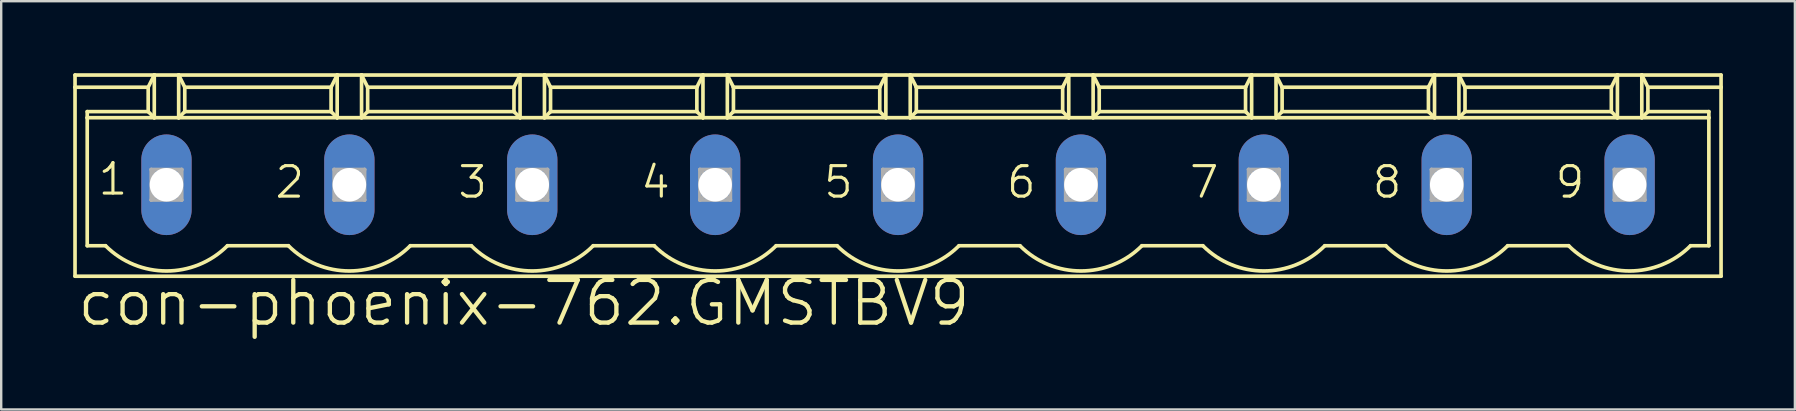
<source format=kicad_pcb>
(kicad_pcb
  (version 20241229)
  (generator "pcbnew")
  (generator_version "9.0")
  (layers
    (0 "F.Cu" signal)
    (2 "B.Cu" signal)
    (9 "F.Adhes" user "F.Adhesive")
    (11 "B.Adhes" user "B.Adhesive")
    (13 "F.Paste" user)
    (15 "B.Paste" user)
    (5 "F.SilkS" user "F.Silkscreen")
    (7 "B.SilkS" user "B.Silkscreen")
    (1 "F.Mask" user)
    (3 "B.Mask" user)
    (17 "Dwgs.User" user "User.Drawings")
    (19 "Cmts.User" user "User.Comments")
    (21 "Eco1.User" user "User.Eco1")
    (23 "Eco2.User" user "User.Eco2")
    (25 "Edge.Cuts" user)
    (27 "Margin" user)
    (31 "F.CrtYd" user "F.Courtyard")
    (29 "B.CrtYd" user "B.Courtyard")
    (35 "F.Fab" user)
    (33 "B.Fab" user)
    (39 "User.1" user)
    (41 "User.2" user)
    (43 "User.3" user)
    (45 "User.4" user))
  (footprint "con-phoenix-762.GMSTBV9"
    (layer "F.Cu")
    (at 34.366 4.648)
    (property "Reference" "con-phoenix-762.GMSTBV9" (at -34.29 5.969 0) (layer "F.SilkS") (effects (font (size 1.778 1.778) (thickness 0.18)) (justify left bottom)))
    (attr through_hole)
    (fp_line (start -34.29 -4.572) (end -30.988 -4.572) (stroke (width 0.152) (type default)) (layer "F.SilkS"))
    (fp_line (start -34.29 -4.064) (end -34.29 -4.572) (stroke (width 0.152) (type default)) (layer "F.SilkS"))
    (fp_line (start -34.29 -4.064) (end -31.242 -4.064) (stroke (width 0.152) (type default)) (layer "F.SilkS"))
    (fp_line (start -34.29 3.81) (end -34.29 -4.064) (stroke (width 0.152) (type default)) (layer "F.SilkS"))
    (fp_line (start -33.782 -3.048) (end -31.242 -3.048) (stroke (width 0.152) (type default)) (layer "F.SilkS"))
    (fp_line (start -33.782 -2.794) (end -33.782 -3.048) (stroke (width 0.152) (type default)) (layer "F.SilkS"))
    (fp_line (start -33.782 -2.794) (end -30.988 -2.794) (stroke (width 0.152) (type default)) (layer "F.SilkS"))
    (fp_line (start -33.782 2.54) (end -33.782 -2.794) (stroke (width 0.152) (type default)) (layer "F.SilkS"))
    (fp_line (start -33.02 2.54) (end -33.782 2.54) (stroke (width 0.152) (type default)) (layer "F.SilkS"))
    (fp_line (start -31.242 -4.064) (end -30.988 -4.572) (stroke (width 0.152) (type default)) (layer "F.SilkS"))
    (fp_line (start -31.242 -3.048) (end -31.242 -4.064) (stroke (width 0.152) (type default)) (layer "F.SilkS"))
    (fp_line (start -31.242 -3.048) (end -30.988 -2.794) (stroke (width 0.152) (type default)) (layer "F.SilkS"))
    (fp_line (start -30.988 -4.572) (end -29.972 -4.572) (stroke (width 0.152) (type default)) (layer "F.SilkS"))
    (fp_line (start -30.988 -2.794) (end -30.988 -4.572) (stroke (width 0.152) (type default)) (layer "F.SilkS"))
    (fp_line (start -30.988 -2.794) (end -29.972 -2.794) (stroke (width 0.152) (type default)) (layer "F.SilkS"))
    (fp_line (start -29.972 -4.572) (end -29.718 -4.064) (stroke (width 0.152) (type default)) (layer "F.SilkS"))
    (fp_line (start -29.972 -4.572) (end -23.368 -4.572) (stroke (width 0.152) (type default)) (layer "F.SilkS"))
    (fp_line (start -29.972 -2.794) (end -29.972 -4.572) (stroke (width 0.152) (type default)) (layer "F.SilkS"))
    (fp_line (start -29.972 -2.794) (end -23.368 -2.794) (stroke (width 0.152) (type default)) (layer "F.SilkS"))
    (fp_line (start -29.718 -4.064) (end -29.718 -3.048) (stroke (width 0.152) (type default)) (layer "F.SilkS"))
    (fp_line (start -29.718 -4.064) (end -23.622 -4.064) (stroke (width 0.152) (type default)) (layer "F.SilkS"))
    (fp_line (start -29.718 -3.048) (end -29.972 -2.794) (stroke (width 0.152) (type default)) (layer "F.SilkS"))
    (fp_line (start -25.4 2.54) (end -27.94 2.54) (stroke (width 0.152) (type default)) (layer "F.SilkS"))
    (fp_line (start -23.622 -4.064) (end -23.622 -3.048) (stroke (width 0.152) (type default)) (layer "F.SilkS"))
    (fp_line (start -23.622 -4.064) (end -23.368 -4.572) (stroke (width 0.152) (type default)) (layer "F.SilkS"))
    (fp_line (start -23.622 -3.048) (end -29.718 -3.048) (stroke (width 0.152) (type default)) (layer "F.SilkS"))
    (fp_line (start -23.622 -3.048) (end -23.368 -2.794) (stroke (width 0.152) (type default)) (layer "F.SilkS"))
    (fp_line (start -23.368 -4.572) (end -22.352 -4.572) (stroke (width 0.152) (type default)) (layer "F.SilkS"))
    (fp_line (start -23.368 -2.794) (end -23.368 -4.572) (stroke (width 0.152) (type default)) (layer "F.SilkS"))
    (fp_line (start -23.368 -2.794) (end -22.352 -2.794) (stroke (width 0.152) (type default)) (layer "F.SilkS"))
    (fp_line (start -22.352 -4.572) (end -22.098 -4.064) (stroke (width 0.152) (type default)) (layer "F.SilkS"))
    (fp_line (start -22.352 -4.572) (end -15.748 -4.572) (stroke (width 0.152) (type default)) (layer "F.SilkS"))
    (fp_line (start -22.352 -2.794) (end -22.352 -4.572) (stroke (width 0.152) (type default)) (layer "F.SilkS"))
    (fp_line (start -22.352 -2.794) (end -15.748 -2.794) (stroke (width 0.152) (type default)) (layer "F.SilkS"))
    (fp_line (start -22.098 -4.064) (end -22.098 -3.048) (stroke (width 0.152) (type default)) (layer "F.SilkS"))
    (fp_line (start -22.098 -4.064) (end -16.002 -4.064) (stroke (width 0.152) (type default)) (layer "F.SilkS"))
    (fp_line (start -22.098 -3.048) (end -22.352 -2.794) (stroke (width 0.152) (type default)) (layer "F.SilkS"))
    (fp_line (start -22.098 -3.048) (end -16.002 -3.048) (stroke (width 0.152) (type default)) (layer "F.SilkS"))
    (fp_line (start -17.78 2.54) (end -20.32 2.54) (stroke (width 0.152) (type default)) (layer "F.SilkS"))
    (fp_line (start -16.002 -4.064) (end -15.748 -4.572) (stroke (width 0.152) (type default)) (layer "F.SilkS"))
    (fp_line (start -16.002 -3.048) (end -16.002 -4.064) (stroke (width 0.152) (type default)) (layer "F.SilkS"))
    (fp_line (start -16.002 -3.048) (end -15.748 -2.794) (stroke (width 0.152) (type default)) (layer "F.SilkS"))
    (fp_line (start -15.748 -4.572) (end -14.732 -4.572) (stroke (width 0.152) (type default)) (layer "F.SilkS"))
    (fp_line (start -15.748 -2.794) (end -15.748 -4.572) (stroke (width 0.152) (type default)) (layer "F.SilkS"))
    (fp_line (start -15.748 -2.794) (end -14.732 -2.794) (stroke (width 0.152) (type default)) (layer "F.SilkS"))
    (fp_line (start -14.732 -4.572) (end -14.478 -4.064) (stroke (width 0.152) (type default)) (layer "F.SilkS"))
    (fp_line (start -14.732 -4.572) (end -8.128 -4.572) (stroke (width 0.152) (type default)) (layer "F.SilkS"))
    (fp_line (start -14.732 -2.794) (end -14.732 -4.572) (stroke (width 0.152) (type default)) (layer "F.SilkS"))
    (fp_line (start -14.732 -2.794) (end -8.128 -2.794) (stroke (width 0.152) (type default)) (layer "F.SilkS"))
    (fp_line (start -14.478 -4.064) (end -14.478 -3.048) (stroke (width 0.152) (type default)) (layer "F.SilkS"))
    (fp_line (start -14.478 -4.064) (end -8.382 -4.064) (stroke (width 0.152) (type default)) (layer "F.SilkS"))
    (fp_line (start -14.478 -3.048) (end -14.732 -2.794) (stroke (width 0.152) (type default)) (layer "F.SilkS"))
    (fp_line (start -10.16 2.54) (end -12.7 2.54) (stroke (width 0.152) (type default)) (layer "F.SilkS"))
    (fp_line (start -8.382 -4.064) (end -8.382 -3.048) (stroke (width 0.152) (type default)) (layer "F.SilkS"))
    (fp_line (start -8.382 -4.064) (end -8.128 -4.572) (stroke (width 0.152) (type default)) (layer "F.SilkS"))
    (fp_line (start -8.382 -3.048) (end -14.478 -3.048) (stroke (width 0.152) (type default)) (layer "F.SilkS"))
    (fp_line (start -8.382 -3.048) (end -8.128 -2.794) (stroke (width 0.152) (type default)) (layer "F.SilkS"))
    (fp_line (start -8.128 -4.572) (end -7.112 -4.572) (stroke (width 0.152) (type default)) (layer "F.SilkS"))
    (fp_line (start -8.128 -2.794) (end -8.128 -4.572) (stroke (width 0.152) (type default)) (layer "F.SilkS"))
    (fp_line (start -8.128 -2.794) (end -7.112 -2.794) (stroke (width 0.152) (type default)) (layer "F.SilkS"))
    (fp_line (start -7.112 -4.572) (end -6.858 -4.064) (stroke (width 0.152) (type default)) (layer "F.SilkS"))
    (fp_line (start -7.112 -4.572) (end -0.508 -4.572) (stroke (width 0.152) (type default)) (layer "F.SilkS"))
    (fp_line (start -7.112 -2.794) (end -7.112 -4.572) (stroke (width 0.152) (type default)) (layer "F.SilkS"))
    (fp_line (start -7.112 -2.794) (end -0.508 -2.794) (stroke (width 0.152) (type default)) (layer "F.SilkS"))
    (fp_line (start -6.858 -4.064) (end -6.858 -3.048) (stroke (width 0.152) (type default)) (layer "F.SilkS"))
    (fp_line (start -6.858 -4.064) (end -0.762 -4.064) (stroke (width 0.152) (type default)) (layer "F.SilkS"))
    (fp_line (start -6.858 -3.048) (end -7.112 -2.794) (stroke (width 0.152) (type default)) (layer "F.SilkS"))
    (fp_line (start -6.858 -3.048) (end -0.762 -3.048) (stroke (width 0.152) (type default)) (layer "F.SilkS"))
    (fp_line (start -2.54 2.54) (end -5.08 2.54) (stroke (width 0.152) (type default)) (layer "F.SilkS"))
    (fp_line (start -0.762 -4.064) (end -0.762 -3.048) (stroke (width 0.152) (type default)) (layer "F.SilkS"))
    (fp_line (start -0.762 -4.064) (end -0.508 -4.572) (stroke (width 0.152) (type default)) (layer "F.SilkS"))
    (fp_line (start -0.762 -3.048) (end -0.508 -2.794) (stroke (width 0.152) (type default)) (layer "F.SilkS"))
    (fp_line (start -0.508 -4.572) (end 0.508 -4.572) (stroke (width 0.152) (type default)) (layer "F.SilkS"))
    (fp_line (start -0.508 -2.794) (end -0.508 -4.572) (stroke (width 0.152) (type default)) (layer "F.SilkS"))
    (fp_line (start -0.508 -2.794) (end 0.508 -2.794) (stroke (width 0.152) (type default)) (layer "F.SilkS"))
    (fp_line (start 0.508 -4.572) (end 0.762 -4.064) (stroke (width 0.152) (type default)) (layer "F.SilkS"))
    (fp_line (start 0.508 -4.572) (end 7.112 -4.572) (stroke (width 0.152) (type default)) (layer "F.SilkS"))
    (fp_line (start 0.508 -2.794) (end 0.508 -4.572) (stroke (width 0.152) (type default)) (layer "F.SilkS"))
    (fp_line (start 0.508 -2.794) (end 7.112 -2.794) (stroke (width 0.152) (type default)) (layer "F.SilkS"))
    (fp_line (start 0.762 -4.064) (end 0.762 -3.048) (stroke (width 0.152) (type default)) (layer "F.SilkS"))
    (fp_line (start 0.762 -4.064) (end 6.858 -4.064) (stroke (width 0.152) (type default)) (layer "F.SilkS"))
    (fp_line (start 0.762 -3.048) (end 0.508 -2.794) (stroke (width 0.152) (type default)) (layer "F.SilkS"))
    (fp_line (start 0.762 -3.048) (end 6.858 -3.048) (stroke (width 0.152) (type default)) (layer "F.SilkS"))
    (fp_line (start 5.08 2.54) (end 2.54 2.54) (stroke (width 0.152) (type default)) (layer "F.SilkS"))
    (fp_line (start 6.858 -4.064) (end 6.858 -3.048) (stroke (width 0.152) (type default)) (layer "F.SilkS"))
    (fp_line (start 6.858 -4.064) (end 7.112 -4.572) (stroke (width 0.152) (type default)) (layer "F.SilkS"))
    (fp_line (start 6.858 -3.048) (end 7.112 -2.794) (stroke (width 0.152) (type default)) (layer "F.SilkS"))
    (fp_line (start 7.112 -4.572) (end 8.128 -4.572) (stroke (width 0.152) (type default)) (layer "F.SilkS"))
    (fp_line (start 7.112 -2.794) (end 7.112 -4.572) (stroke (width 0.152) (type default)) (layer "F.SilkS"))
    (fp_line (start 7.112 -2.794) (end 8.128 -2.794) (stroke (width 0.152) (type default)) (layer "F.SilkS"))
    (fp_line (start 8.128 -4.572) (end 8.382 -4.064) (stroke (width 0.152) (type default)) (layer "F.SilkS"))
    (fp_line (start 8.128 -4.572) (end 14.732 -4.572) (stroke (width 0.152) (type default)) (layer "F.SilkS"))
    (fp_line (start 8.128 -2.794) (end 8.128 -4.572) (stroke (width 0.152) (type default)) (layer "F.SilkS"))
    (fp_line (start 8.128 -2.794) (end 14.732 -2.794) (stroke (width 0.152) (type default)) (layer "F.SilkS"))
    (fp_line (start 8.382 -4.064) (end 8.382 -3.048) (stroke (width 0.152) (type default)) (layer "F.SilkS"))
    (fp_line (start 8.382 -4.064) (end 14.478 -4.064) (stroke (width 0.152) (type default)) (layer "F.SilkS"))
    (fp_line (start 8.382 -3.048) (end 8.128 -2.794) (stroke (width 0.152) (type default)) (layer "F.SilkS"))
    (fp_line (start 8.382 -3.048) (end 14.478 -3.048) (stroke (width 0.152) (type default)) (layer "F.SilkS"))
    (fp_line (start 12.7 2.54) (end 10.16 2.54) (stroke (width 0.152) (type default)) (layer "F.SilkS"))
    (fp_line (start 14.478 -4.064) (end 14.478 -3.048) (stroke (width 0.152) (type default)) (layer "F.SilkS"))
    (fp_line (start 14.478 -4.064) (end 14.732 -4.572) (stroke (width 0.152) (type default)) (layer "F.SilkS"))
    (fp_line (start 14.478 -3.048) (end 14.732 -2.794) (stroke (width 0.152) (type default)) (layer "F.SilkS"))
    (fp_line (start 14.732 -4.572) (end 15.748 -4.572) (stroke (width 0.152) (type default)) (layer "F.SilkS"))
    (fp_line (start 14.732 -2.794) (end 14.732 -4.572) (stroke (width 0.152) (type default)) (layer "F.SilkS"))
    (fp_line (start 14.732 -2.794) (end 15.748 -2.794) (stroke (width 0.152) (type default)) (layer "F.SilkS"))
    (fp_line (start 15.748 -4.572) (end 16.002 -4.064) (stroke (width 0.152) (type default)) (layer "F.SilkS"))
    (fp_line (start 15.748 -4.572) (end 22.352 -4.572) (stroke (width 0.152) (type default)) (layer "F.SilkS"))
    (fp_line (start 15.748 -2.794) (end 15.748 -4.572) (stroke (width 0.152) (type default)) (layer "F.SilkS"))
    (fp_line (start 15.748 -2.794) (end 22.352 -2.794) (stroke (width 0.152) (type default)) (layer "F.SilkS"))
    (fp_line (start 16.002 -4.064) (end 16.002 -3.048) (stroke (width 0.152) (type default)) (layer "F.SilkS"))
    (fp_line (start 16.002 -4.064) (end 22.098 -4.064) (stroke (width 0.152) (type default)) (layer "F.SilkS"))
    (fp_line (start 16.002 -3.048) (end 15.748 -2.794) (stroke (width 0.152) (type default)) (layer "F.SilkS"))
    (fp_line (start 16.002 -3.048) (end 22.098 -3.048) (stroke (width 0.152) (type default)) (layer "F.SilkS"))
    (fp_line (start 20.32 2.54) (end 17.78 2.54) (stroke (width 0.152) (type default)) (layer "F.SilkS"))
    (fp_line (start 22.098 -4.064) (end 22.098 -3.048) (stroke (width 0.152) (type default)) (layer "F.SilkS"))
    (fp_line (start 22.098 -4.064) (end 22.352 -4.572) (stroke (width 0.152) (type default)) (layer "F.SilkS"))
    (fp_line (start 22.098 -3.048) (end 22.352 -2.794) (stroke (width 0.152) (type default)) (layer "F.SilkS"))
    (fp_line (start 22.352 -4.572) (end 23.368 -4.572) (stroke (width 0.152) (type default)) (layer "F.SilkS"))
    (fp_line (start 22.352 -2.794) (end 22.352 -4.572) (stroke (width 0.152) (type default)) (layer "F.SilkS"))
    (fp_line (start 22.352 -2.794) (end 23.368 -2.794) (stroke (width 0.152) (type default)) (layer "F.SilkS"))
    (fp_line (start 23.368 -4.572) (end 23.622 -4.064) (stroke (width 0.152) (type default)) (layer "F.SilkS"))
    (fp_line (start 23.368 -4.572) (end 29.972 -4.572) (stroke (width 0.152) (type default)) (layer "F.SilkS"))
    (fp_line (start 23.368 -2.794) (end 23.368 -4.572) (stroke (width 0.152) (type default)) (layer "F.SilkS"))
    (fp_line (start 23.368 -2.794) (end 29.972 -2.794) (stroke (width 0.152) (type default)) (layer "F.SilkS"))
    (fp_line (start 23.622 -4.064) (end 23.622 -3.048) (stroke (width 0.152) (type default)) (layer "F.SilkS"))
    (fp_line (start 23.622 -4.064) (end 29.718 -4.064) (stroke (width 0.152) (type default)) (layer "F.SilkS"))
    (fp_line (start 23.622 -3.048) (end 23.368 -2.794) (stroke (width 0.152) (type default)) (layer "F.SilkS"))
    (fp_line (start 23.622 -3.048) (end 29.718 -3.048) (stroke (width 0.152) (type default)) (layer "F.SilkS"))
    (fp_line (start 27.94 2.54) (end 25.4 2.54) (stroke (width 0.152) (type default)) (layer "F.SilkS"))
    (fp_line (start 29.718 -4.064) (end 29.718 -3.048) (stroke (width 0.152) (type default)) (layer "F.SilkS"))
    (fp_line (start 29.718 -4.064) (end 29.972 -4.572) (stroke (width 0.152) (type default)) (layer "F.SilkS"))
    (fp_line (start 29.718 -3.048) (end 29.972 -2.794) (stroke (width 0.152) (type default)) (layer "F.SilkS"))
    (fp_line (start 29.972 -4.572) (end 30.988 -4.572) (stroke (width 0.152) (type default)) (layer "F.SilkS"))
    (fp_line (start 29.972 -2.794) (end 29.972 -4.572) (stroke (width 0.152) (type default)) (layer "F.SilkS"))
    (fp_line (start 29.972 -2.794) (end 30.988 -2.794) (stroke (width 0.152) (type default)) (layer "F.SilkS"))
    (fp_line (start 30.988 -4.572) (end 31.242 -4.064) (stroke (width 0.152) (type default)) (layer "F.SilkS"))
    (fp_line (start 30.988 -4.572) (end 34.29 -4.572) (stroke (width 0.152) (type default)) (layer "F.SilkS"))
    (fp_line (start 30.988 -2.794) (end 30.988 -4.572) (stroke (width 0.152) (type default)) (layer "F.SilkS"))
    (fp_line (start 30.988 -2.794) (end 33.782 -2.794) (stroke (width 0.152) (type default)) (layer "F.SilkS"))
    (fp_line (start 31.242 -4.064) (end 31.242 -3.048) (stroke (width 0.152) (type default)) (layer "F.SilkS"))
    (fp_line (start 31.242 -4.064) (end 34.29 -4.064) (stroke (width 0.152) (type default)) (layer "F.SilkS"))
    (fp_line (start 31.242 -3.048) (end 30.988 -2.794) (stroke (width 0.152) (type default)) (layer "F.SilkS"))
    (fp_line (start 31.242 -3.048) (end 33.782 -3.048) (stroke (width 0.152) (type default)) (layer "F.SilkS"))
    (fp_line (start 33.782 -3.048) (end 33.782 -2.794) (stroke (width 0.152) (type default)) (layer "F.SilkS"))
    (fp_line (start 33.782 -2.794) (end 33.782 2.54) (stroke (width 0.152) (type default)) (layer "F.SilkS"))
    (fp_line (start 33.782 2.54) (end 33.02 2.54) (stroke (width 0.152) (type default)) (layer "F.SilkS"))
    (fp_line (start 34.29 -4.064) (end 34.29 -4.572) (stroke (width 0.152) (type default)) (layer "F.SilkS"))
    (fp_line (start 34.29 3.81) (end -34.29 3.81) (stroke (width 0.152) (type default)) (layer "F.SilkS"))
    (fp_line (start 34.29 3.81) (end 34.29 -4.064) (stroke (width 0.152) (type default)) (layer "F.SilkS"))
    (fp_arc (start -27.94 2.54) (mid -30.48 3.592102) (end -33.02 2.54) (stroke (width 0.1524) (type default)) (layer "F.SilkS"))
    (fp_arc (start -20.32 2.54) (mid -22.86 3.592102) (end -25.4 2.54) (stroke (width 0.1524) (type default)) (layer "F.SilkS"))
    (fp_arc (start -12.7 2.54) (mid -15.24 3.592102) (end -17.78 2.54) (stroke (width 0.1524) (type default)) (layer "F.SilkS"))
    (fp_arc (start -5.08 2.54) (mid -7.62 3.592102) (end -10.16 2.54) (stroke (width 0.1524) (type default)) (layer "F.SilkS"))
    (fp_arc (start 2.54 2.54) (mid 0 3.592102) (end -2.54 2.54) (stroke (width 0.1524) (type default)) (layer "F.SilkS"))
    (fp_arc (start 10.16 2.54) (mid 7.62 3.592102) (end 5.08 2.54) (stroke (width 0.1524) (type default)) (layer "F.SilkS"))
    (fp_arc (start 17.78 2.54) (mid 15.24 3.592102) (end 12.7 2.54) (stroke (width 0.1524) (type default)) (layer "F.SilkS"))
    (fp_arc (start 25.4 2.54) (mid 22.86 3.592102) (end 20.32 2.54) (stroke (width 0.1524) (type default)) (layer "F.SilkS"))
    (fp_arc (start 33.02 2.54) (mid 30.48 3.592102) (end 27.94 2.54) (stroke (width 0.1524) (type default)) (layer "F.SilkS"))
    (fp_line (start -31.115 -0.635) (end -31.115 0.635) (stroke (width 0.152) (type default)) (layer "F.Fab"))
    (fp_line (start -31.115 -0.635) (end -29.845 0.635) (stroke (width 0.152) (type default)) (layer "F.Fab"))
    (fp_line (start -31.115 0.635) (end -29.845 -0.635) (stroke (width 0.152) (type default)) (layer "F.Fab"))
    (fp_line (start -31.115 0.635) (end -29.845 0.635) (stroke (width 0.152) (type default)) (layer "F.Fab"))
    (fp_line (start -29.845 -0.635) (end -31.115 -0.635) (stroke (width 0.152) (type default)) (layer "F.Fab"))
    (fp_line (start -29.845 0.635) (end -29.845 -0.635) (stroke (width 0.152) (type default)) (layer "F.Fab"))
    (fp_line (start -23.495 -0.635) (end -23.495 0.635) (stroke (width 0.152) (type default)) (layer "F.Fab"))
    (fp_line (start -23.495 -0.635) (end -22.225 0.635) (stroke (width 0.152) (type default)) (layer "F.Fab"))
    (fp_line (start -23.495 0.635) (end -22.225 -0.635) (stroke (width 0.152) (type default)) (layer "F.Fab"))
    (fp_line (start -23.495 0.635) (end -22.225 0.635) (stroke (width 0.152) (type default)) (layer "F.Fab"))
    (fp_line (start -22.225 -0.635) (end -23.495 -0.635) (stroke (width 0.152) (type default)) (layer "F.Fab"))
    (fp_line (start -22.225 0.635) (end -22.225 -0.635) (stroke (width 0.152) (type default)) (layer "F.Fab"))
    (fp_line (start -15.875 -0.635) (end -15.875 0.635) (stroke (width 0.152) (type default)) (layer "F.Fab"))
    (fp_line (start -15.875 -0.635) (end -14.605 0.635) (stroke (width 0.152) (type default)) (layer "F.Fab"))
    (fp_line (start -15.875 0.635) (end -14.605 -0.635) (stroke (width 0.152) (type default)) (layer "F.Fab"))
    (fp_line (start -15.875 0.635) (end -14.605 0.635) (stroke (width 0.152) (type default)) (layer "F.Fab"))
    (fp_line (start -14.605 -0.635) (end -15.875 -0.635) (stroke (width 0.152) (type default)) (layer "F.Fab"))
    (fp_line (start -14.605 0.635) (end -14.605 -0.635) (stroke (width 0.152) (type default)) (layer "F.Fab"))
    (fp_line (start -8.255 -0.635) (end -8.255 0.635) (stroke (width 0.152) (type default)) (layer "F.Fab"))
    (fp_line (start -8.255 -0.635) (end -6.985 0.635) (stroke (width 0.152) (type default)) (layer "F.Fab"))
    (fp_line (start -8.255 0.635) (end -6.985 -0.635) (stroke (width 0.152) (type default)) (layer "F.Fab"))
    (fp_line (start -8.255 0.635) (end -6.985 0.635) (stroke (width 0.152) (type default)) (layer "F.Fab"))
    (fp_line (start -6.985 -0.635) (end -8.255 -0.635) (stroke (width 0.152) (type default)) (layer "F.Fab"))
    (fp_line (start -6.985 0.635) (end -6.985 -0.635) (stroke (width 0.152) (type default)) (layer "F.Fab"))
    (fp_line (start -0.635 -0.635) (end -0.635 0.635) (stroke (width 0.152) (type default)) (layer "F.Fab"))
    (fp_line (start -0.635 -0.635) (end 0.635 0.635) (stroke (width 0.152) (type default)) (layer "F.Fab"))
    (fp_line (start -0.635 0.635) (end 0.635 -0.635) (stroke (width 0.152) (type default)) (layer "F.Fab"))
    (fp_line (start -0.635 0.635) (end 0.635 0.635) (stroke (width 0.152) (type default)) (layer "F.Fab"))
    (fp_line (start 0.635 -0.635) (end -0.635 -0.635) (stroke (width 0.152) (type default)) (layer "F.Fab"))
    (fp_line (start 0.635 0.635) (end 0.635 -0.635) (stroke (width 0.152) (type default)) (layer "F.Fab"))
    (fp_line (start 6.985 -0.635) (end 6.985 0.635) (stroke (width 0.152) (type default)) (layer "F.Fab"))
    (fp_line (start 6.985 -0.635) (end 8.255 0.635) (stroke (width 0.152) (type default)) (layer "F.Fab"))
    (fp_line (start 6.985 0.635) (end 8.255 -0.635) (stroke (width 0.152) (type default)) (layer "F.Fab"))
    (fp_line (start 6.985 0.635) (end 8.255 0.635) (stroke (width 0.152) (type default)) (layer "F.Fab"))
    (fp_line (start 8.255 -0.635) (end 6.985 -0.635) (stroke (width 0.152) (type default)) (layer "F.Fab"))
    (fp_line (start 8.255 0.635) (end 8.255 -0.635) (stroke (width 0.152) (type default)) (layer "F.Fab"))
    (fp_line (start 14.605 -0.635) (end 14.605 0.635) (stroke (width 0.152) (type default)) (layer "F.Fab"))
    (fp_line (start 14.605 -0.635) (end 15.875 0.635) (stroke (width 0.152) (type default)) (layer "F.Fab"))
    (fp_line (start 14.605 0.635) (end 15.875 -0.635) (stroke (width 0.152) (type default)) (layer "F.Fab"))
    (fp_line (start 14.605 0.635) (end 15.875 0.635) (stroke (width 0.152) (type default)) (layer "F.Fab"))
    (fp_line (start 15.875 -0.635) (end 14.605 -0.635) (stroke (width 0.152) (type default)) (layer "F.Fab"))
    (fp_line (start 15.875 0.635) (end 15.875 -0.635) (stroke (width 0.152) (type default)) (layer "F.Fab"))
    (fp_line (start 22.225 -0.635) (end 22.225 0.635) (stroke (width 0.152) (type default)) (layer "F.Fab"))
    (fp_line (start 22.225 -0.635) (end 23.495 0.635) (stroke (width 0.152) (type default)) (layer "F.Fab"))
    (fp_line (start 22.225 0.635) (end 23.495 -0.635) (stroke (width 0.152) (type default)) (layer "F.Fab"))
    (fp_line (start 22.225 0.635) (end 23.495 0.635) (stroke (width 0.152) (type default)) (layer "F.Fab"))
    (fp_line (start 23.495 -0.635) (end 22.225 -0.635) (stroke (width 0.152) (type default)) (layer "F.Fab"))
    (fp_line (start 23.495 0.635) (end 23.495 -0.635) (stroke (width 0.152) (type default)) (layer "F.Fab"))
    (fp_line (start 29.845 -0.635) (end 29.845 0.635) (stroke (width 0.152) (type default)) (layer "F.Fab"))
    (fp_line (start 29.845 -0.635) (end 31.115 0.635) (stroke (width 0.152) (type default)) (layer "F.Fab"))
    (fp_line (start 29.845 0.635) (end 31.115 -0.635) (stroke (width 0.152) (type default)) (layer "F.Fab"))
    (fp_line (start 29.845 0.635) (end 31.115 0.635) (stroke (width 0.152) (type default)) (layer "F.Fab"))
    (fp_line (start 31.115 -0.635) (end 29.845 -0.635) (stroke (width 0.152) (type default)) (layer "F.Fab"))
    (fp_line (start 31.115 0.635) (end 31.115 -0.635) (stroke (width 0.152) (type default)) (layer "F.Fab"))
    (fp_text user "1" (at -33.401 0.508 0) (layer "F.SilkS") (effects (font (size 1.27 1.27) (thickness 0.13)) (justify left bottom)))
    (fp_text user "4" (at -10.795 0.635 0) (layer "F.SilkS") (effects (font (size 1.27 1.27) (thickness 0.13)) (justify left bottom)))
    (fp_text user "7" (at 12.065 0.635 0) (layer "F.SilkS") (effects (font (size 1.27 1.27) (thickness 0.13)) (justify left bottom)))
    (fp_text user "9" (at 27.305 0.635 0) (layer "F.SilkS") (effects (font (size 1.27 1.27) (thickness 0.13)) (justify left bottom)))
    (fp_text user "6" (at 4.445 0.635 0) (layer "F.SilkS") (effects (font (size 1.27 1.27) (thickness 0.13)) (justify left bottom)))
    (fp_text user "2" (at -26.035 0.635 0) (layer "F.SilkS") (effects (font (size 1.27 1.27) (thickness 0.13)) (justify left bottom)))
    (fp_text user "8" (at 19.685 0.635 0) (layer "F.SilkS") (effects (font (size 1.27 1.27) (thickness 0.13)) (justify left bottom)))
    (fp_text user "5" (at -3.175 0.635 0) (layer "F.SilkS") (effects (font (size 1.27 1.27) (thickness 0.13)) (justify left bottom)))
    (fp_text user "3" (at -18.415 0.635 0) (layer "F.SilkS") (effects (font (size 1.27 1.27) (thickness 0.13)) (justify left bottom)))
    (pad "1" thru_hole oval (at -30.48 0 90) (size 4.191 2.095) (drill 1.397) (layers "*.Cu" "*.Mask"))
    (pad "2" thru_hole oval (at -22.86 0 90) (size 4.191 2.095) (drill 1.397) (layers "*.Cu" "*.Mask"))
    (pad "3" thru_hole oval (at -15.24 0 90) (size 4.191 2.095) (drill 1.397) (layers "*.Cu" "*.Mask"))
    (pad "4" thru_hole oval (at -7.62 0 90) (size 4.191 2.095) (drill 1.397) (layers "*.Cu" "*.Mask"))
    (pad "5" thru_hole oval (at 0 0 90) (size 4.191 2.095) (drill 1.397) (layers "*.Cu" "*.Mask"))
    (pad "6" thru_hole oval (at 7.62 0 90) (size 4.191 2.095) (drill 1.397) (layers "*.Cu" "*.Mask"))
    (pad "7" thru_hole oval (at 15.24 0 90) (size 4.191 2.095) (drill 1.397) (layers "*.Cu" "*.Mask"))
    (pad "8" thru_hole oval (at 22.86 0 90) (size 4.191 2.095) (drill 1.397) (layers "*.Cu" "*.Mask"))
    (pad "9" thru_hole oval (at 30.48 0 90) (size 4.191 2.095) (drill 1.397) (layers "*.Cu" "*.Mask")))
  (gr_rect
    (start -3 -3)
    (end 71.732 14.011)
    (stroke (width 0.1) (type default))
    (fill no)
    (layer "Edge.Cuts")))
</source>
